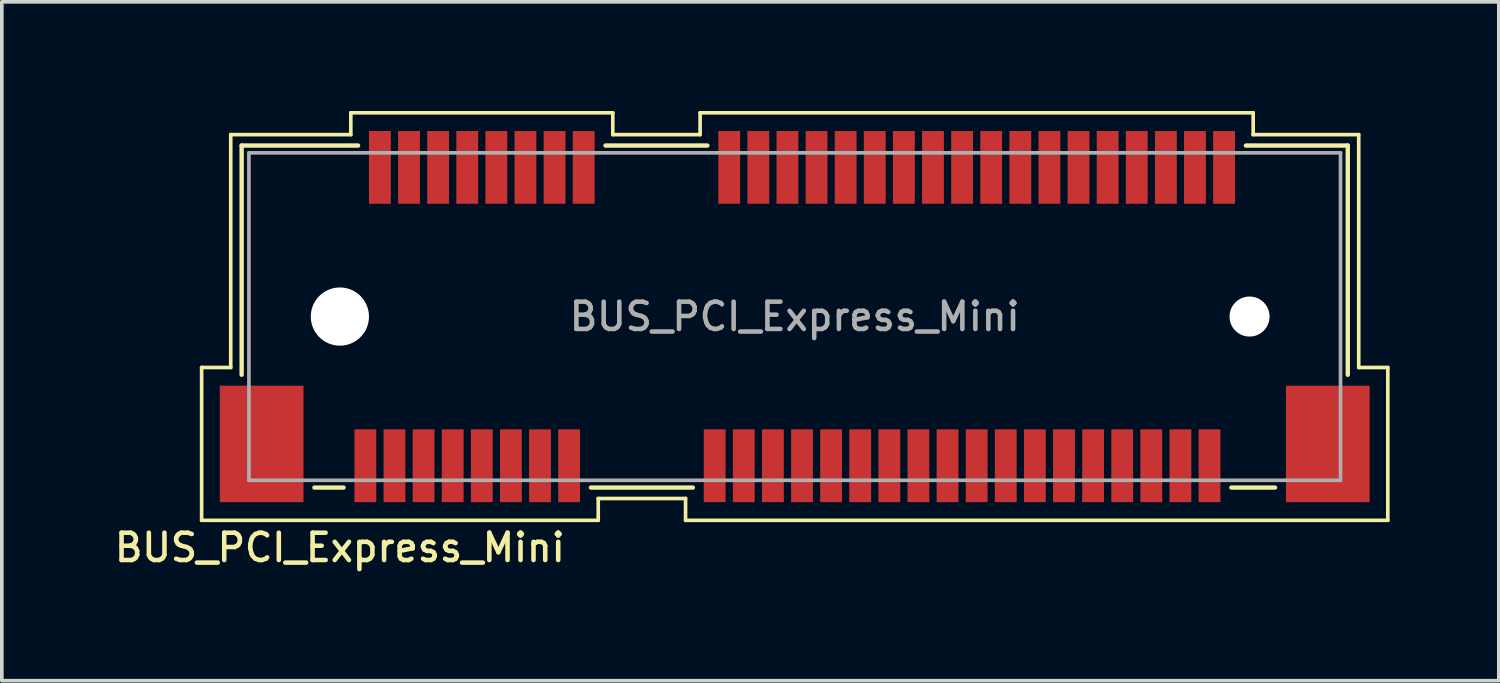
<source format=kicad_pcb>
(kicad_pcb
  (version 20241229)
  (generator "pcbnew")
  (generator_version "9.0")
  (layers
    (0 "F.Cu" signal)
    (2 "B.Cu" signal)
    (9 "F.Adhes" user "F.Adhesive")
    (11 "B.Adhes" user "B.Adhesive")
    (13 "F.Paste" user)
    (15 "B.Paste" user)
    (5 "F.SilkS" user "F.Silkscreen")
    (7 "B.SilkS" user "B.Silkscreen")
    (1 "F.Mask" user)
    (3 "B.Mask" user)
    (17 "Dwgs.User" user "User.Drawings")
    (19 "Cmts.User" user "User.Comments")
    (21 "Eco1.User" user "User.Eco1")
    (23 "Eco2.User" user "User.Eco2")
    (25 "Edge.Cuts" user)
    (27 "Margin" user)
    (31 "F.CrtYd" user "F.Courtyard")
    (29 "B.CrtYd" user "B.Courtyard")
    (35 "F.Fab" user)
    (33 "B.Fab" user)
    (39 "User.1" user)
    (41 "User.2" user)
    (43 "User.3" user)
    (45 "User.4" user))
  (footprint "BUS_PCI_Express_Mini"
    (layer "F.Cu")
    (at 18.791 5.65)
    (property "Reference" "BUS_PCI_Express_Mini" (at -12.5 6.35 180) (layer "F.SilkS") (effects (font (size 0.75 0.75) (thickness 0.125))))
    (attr smd)
    (fp_line (start -16.3 1.4) (end -15.5 1.4) (stroke (width 0.1) (type solid)) (layer "F.SilkS"))
    (fp_line (start -16.3 5.6) (end -16.3 1.4) (stroke (width 0.1) (type solid)) (layer "F.SilkS"))
    (fp_line (start -16.3 5.6) (end -5.4 5.6) (stroke (width 0.1) (type solid)) (layer "F.SilkS"))
    (fp_line (start -15.5 -5) (end -12.2 -5) (stroke (width 0.1) (type default)) (layer "F.SilkS"))
    (fp_line (start -15.5 1.4) (end -15.5 -5) (stroke (width 0.1) (type default)) (layer "F.SilkS"))
    (fp_line (start -15.2 -4.7) (end -15.2 1.6) (stroke (width 0.12) (type solid)) (layer "F.SilkS"))
    (fp_line (start -13.2 4.7) (end -12.4 4.7) (stroke (width 0.12) (type solid)) (layer "F.SilkS"))
    (fp_line (start -12.2 -5) (end -12.2 -5.6) (stroke (width 0.1) (type solid)) (layer "F.SilkS"))
    (fp_line (start -12 -4.7) (end -15.2 -4.7) (stroke (width 0.12) (type solid)) (layer "F.SilkS"))
    (fp_line (start -5.6 4.7) (end -2.8 4.7) (stroke (width 0.12) (type solid)) (layer "F.SilkS"))
    (fp_line (start -5.4 5) (end -5.4 5.6) (stroke (width 0.1) (type solid)) (layer "F.SilkS"))
    (fp_line (start -5.4 5) (end -3 5) (stroke (width 0.1) (type solid)) (layer "F.SilkS"))
    (fp_line (start -5 -5.6) (end -12.2 -5.6) (stroke (width 0.1) (type solid)) (layer "F.SilkS"))
    (fp_line (start -5 -5) (end -5 -5.6) (stroke (width 0.1) (type solid)) (layer "F.SilkS"))
    (fp_line (start -5 -5) (end -2.6 -5) (stroke (width 0.1) (type default)) (layer "F.SilkS"))
    (fp_line (start -3 5) (end -3 5.6) (stroke (width 0.1) (type solid)) (layer "F.SilkS"))
    (fp_line (start -3 5.6) (end 16.3 5.6) (stroke (width 0.1) (type solid)) (layer "F.SilkS"))
    (fp_line (start -2.6 -5.6) (end 12.6 -5.6) (stroke (width 0.1) (type solid)) (layer "F.SilkS"))
    (fp_line (start -2.6 -5) (end -2.6 -5.6) (stroke (width 0.1) (type solid)) (layer "F.SilkS"))
    (fp_line (start -2.4 -4.7) (end -5.2 -4.7) (stroke (width 0.12) (type solid)) (layer "F.SilkS"))
    (fp_line (start 12 4.7) (end 13.2 4.7) (stroke (width 0.12) (type solid)) (layer "F.SilkS"))
    (fp_line (start 12.6 -5) (end 12.6 -5.6) (stroke (width 0.1) (type solid)) (layer "F.SilkS"))
    (fp_line (start 12.6 -5) (end 15.5 -5) (stroke (width 0.1) (type default)) (layer "F.SilkS"))
    (fp_line (start 15.2 -4.7) (end 12.4 -4.7) (stroke (width 0.12) (type solid)) (layer "F.SilkS"))
    (fp_line (start 15.2 1.6) (end 15.2 -4.7) (stroke (width 0.12) (type solid)) (layer "F.SilkS"))
    (fp_line (start 15.5 1.4) (end 15.5 -5) (stroke (width 0.1) (type default)) (layer "F.SilkS"))
    (fp_line (start 15.5 1.4) (end 16.3 1.4) (stroke (width 0.1) (type solid)) (layer "F.SilkS"))
    (fp_line (start 16.3 1.4) (end 16.3 5.6) (stroke (width 0.1) (type solid)) (layer "F.SilkS"))
    (fp_line (start -15 -4.5) (end -15 4.5) (stroke (width 0.1) (type solid)) (layer "F.Fab"))
    (fp_line (start -15 4.5) (end 15 4.5) (stroke (width 0.1) (type solid)) (layer "F.Fab"))
    (fp_line (start 15 -4.5) (end -15 -4.5) (stroke (width 0.1) (type solid)) (layer "F.Fab"))
    (fp_line (start 15 4.5) (end 15 -4.5) (stroke (width 0.1) (type solid)) (layer "F.Fab"))
    (fp_text user "${REFERENCE}" (at 0 0 0) (layer "F.Fab") (effects (font (size 0.75 0.75) (thickness 0.125))))
    (pad "" np_thru_hole circle (at -12.5 0) (size 1.6 1.6) (drill 1.6) (layers "*.Cu" "*.Mask"))
    (pad "" np_thru_hole circle (at 12.5 0) (size 1.1 1.1) (drill 1.1) (layers "*.Cu" "*.Mask"))
    (pad "1" smd rect (at -11.8 4.1) (size 0.6 2) (layers "F.Cu" "F.Mask" "F.Paste"))
    (pad "2" smd rect (at -11.4 -4.1) (size 0.6 2) (layers "F.Cu" "F.Mask" "F.Paste"))
    (pad "3" smd rect (at -11 4.1) (size 0.6 2) (layers "F.Cu" "F.Mask" "F.Paste"))
    (pad "4" smd rect (at -10.6 -4.1) (size 0.6 2) (layers "F.Cu" "F.Mask" "F.Paste"))
    (pad "5" smd rect (at -10.2 4.1) (size 0.6 2) (layers "F.Cu" "F.Mask" "F.Paste"))
    (pad "6" smd rect (at -9.8 -4.1) (size 0.6 2) (layers "F.Cu" "F.Mask" "F.Paste"))
    (pad "7" smd rect (at -9.4 4.1) (size 0.6 2) (layers "F.Cu" "F.Mask" "F.Paste"))
    (pad "8" smd rect (at -9 -4.1) (size 0.6 2) (layers "F.Cu" "F.Mask" "F.Paste"))
    (pad "9" smd rect (at -8.6 4.1) (size 0.6 2) (layers "F.Cu" "F.Mask" "F.Paste"))
    (pad "10" smd rect (at -8.2 -4.1) (size 0.6 2) (layers "F.Cu" "F.Mask" "F.Paste"))
    (pad "11" smd rect (at -7.8 4.1) (size 0.6 2) (layers "F.Cu" "F.Mask" "F.Paste"))
    (pad "12" smd rect (at -7.4 -4.1) (size 0.6 2) (layers "F.Cu" "F.Mask" "F.Paste"))
    (pad "13" smd rect (at -7 4.1) (size 0.6 2) (layers "F.Cu" "F.Mask" "F.Paste"))
    (pad "14" smd rect (at -6.6 -4.1) (size 0.6 2) (layers "F.Cu" "F.Mask" "F.Paste"))
    (pad "15" smd rect (at -6.2 4.1) (size 0.6 2) (layers "F.Cu" "F.Mask" "F.Paste"))
    (pad "16" smd rect (at -5.8 -4.1) (size 0.6 2) (layers "F.Cu" "F.Mask" "F.Paste"))
    (pad "17" smd rect (at -2.2 4.1) (size 0.6 2) (layers "F.Cu" "F.Mask" "F.Paste"))
    (pad "18" smd rect (at -1.8 -4.1) (size 0.6 2) (layers "F.Cu" "F.Mask" "F.Paste"))
    (pad "19" smd rect (at -1.4 4.1) (size 0.6 2) (layers "F.Cu" "F.Mask" "F.Paste"))
    (pad "20" smd rect (at -1 -4.1) (size 0.6 2) (layers "F.Cu" "F.Mask" "F.Paste"))
    (pad "21" smd rect (at -0.6 4.1) (size 0.6 2) (layers "F.Cu" "F.Mask" "F.Paste"))
    (pad "22" smd rect (at -0.2 -4.1) (size 0.6 2) (layers "F.Cu" "F.Mask" "F.Paste"))
    (pad "23" smd rect (at 0.2 4.1) (size 0.6 2) (layers "F.Cu" "F.Mask" "F.Paste"))
    (pad "24" smd rect (at 0.6 -4.1) (size 0.6 2) (layers "F.Cu" "F.Mask" "F.Paste"))
    (pad "25" smd rect (at 1 4.1) (size 0.6 2) (layers "F.Cu" "F.Mask" "F.Paste"))
    (pad "26" smd rect (at 1.4 -4.1) (size 0.6 2) (layers "F.Cu" "F.Mask" "F.Paste"))
    (pad "27" smd rect (at 1.8 4.1) (size 0.6 2) (layers "F.Cu" "F.Mask" "F.Paste"))
    (pad "28" smd rect (at 2.2 -4.1) (size 0.6 2) (layers "F.Cu" "F.Mask" "F.Paste"))
    (pad "29" smd rect (at 2.6 4.1) (size 0.6 2) (layers "F.Cu" "F.Mask" "F.Paste"))
    (pad "30" smd rect (at 3 -4.1) (size 0.6 2) (layers "F.Cu" "F.Mask" "F.Paste"))
    (pad "31" smd rect (at 3.4 4.1) (size 0.6 2) (layers "F.Cu" "F.Mask" "F.Paste"))
    (pad "32" smd rect (at 3.8 -4.1) (size 0.6 2) (layers "F.Cu" "F.Mask" "F.Paste"))
    (pad "33" smd rect (at 4.2 4.1) (size 0.6 2) (layers "F.Cu" "F.Mask" "F.Paste"))
    (pad "34" smd rect (at 4.6 -4.1) (size 0.6 2) (layers "F.Cu" "F.Mask" "F.Paste"))
    (pad "35" smd rect (at 5 4.1) (size 0.6 2) (layers "F.Cu" "F.Mask" "F.Paste"))
    (pad "36" smd rect (at 5.4 -4.1) (size 0.6 2) (layers "F.Cu" "F.Mask" "F.Paste"))
    (pad "37" smd rect (at 5.8 4.1) (size 0.6 2) (layers "F.Cu" "F.Mask" "F.Paste"))
    (pad "38" smd rect (at 6.2 -4.1) (size 0.6 2) (layers "F.Cu" "F.Mask" "F.Paste"))
    (pad "39" smd rect (at 6.6 4.1) (size 0.6 2) (layers "F.Cu" "F.Mask" "F.Paste"))
    (pad "40" smd rect (at 7 -4.1) (size 0.6 2) (layers "F.Cu" "F.Mask" "F.Paste"))
    (pad "41" smd rect (at 7.4 4.1) (size 0.6 2) (layers "F.Cu" "F.Mask" "F.Paste"))
    (pad "42" smd rect (at 7.8 -4.1) (size 0.6 2) (layers "F.Cu" "F.Mask" "F.Paste"))
    (pad "43" smd rect (at 8.2 4.1) (size 0.6 2) (layers "F.Cu" "F.Mask" "F.Paste"))
    (pad "44" smd rect (at 8.6 -4.1) (size 0.6 2) (layers "F.Cu" "F.Mask" "F.Paste"))
    (pad "45" smd rect (at 9 4.1) (size 0.6 2) (layers "F.Cu" "F.Mask" "F.Paste"))
    (pad "46" smd rect (at 9.4 -4.1) (size 0.6 2) (layers "F.Cu" "F.Mask" "F.Paste"))
    (pad "47" smd rect (at 9.8 4.1) (size 0.6 2) (layers "F.Cu" "F.Mask" "F.Paste"))
    (pad "48" smd rect (at 10.2 -4.1) (size 0.6 2) (layers "F.Cu" "F.Mask" "F.Paste"))
    (pad "49" smd rect (at 10.6 4.1) (size 0.6 2) (layers "F.Cu" "F.Mask" "F.Paste"))
    (pad "50" smd rect (at 11 -4.1) (size 0.6 2) (layers "F.Cu" "F.Mask" "F.Paste"))
    (pad "51" smd rect (at 11.4 4.1) (size 0.6 2) (layers "F.Cu" "F.Mask" "F.Paste"))
    (pad "52" smd rect (at 11.8 -4.1) (size 0.6 2) (layers "F.Cu" "F.Mask" "F.Paste"))
    (pad "MP" smd rect (at -14.65 3.5) (size 2.3 3.2) (layers "F.Cu" "F.Mask" "F.Paste"))
    (pad "MP" smd rect (at 14.65 3.5) (size 2.3 3.2) (layers "F.Cu" "F.Mask" "F.Paste")))
  (gr_rect
    (start -3 -3)
    (end 38.141 15.658)
    (stroke (width 0.1) (type default))
    (fill no)
    (layer "Edge.Cuts")))
</source>
